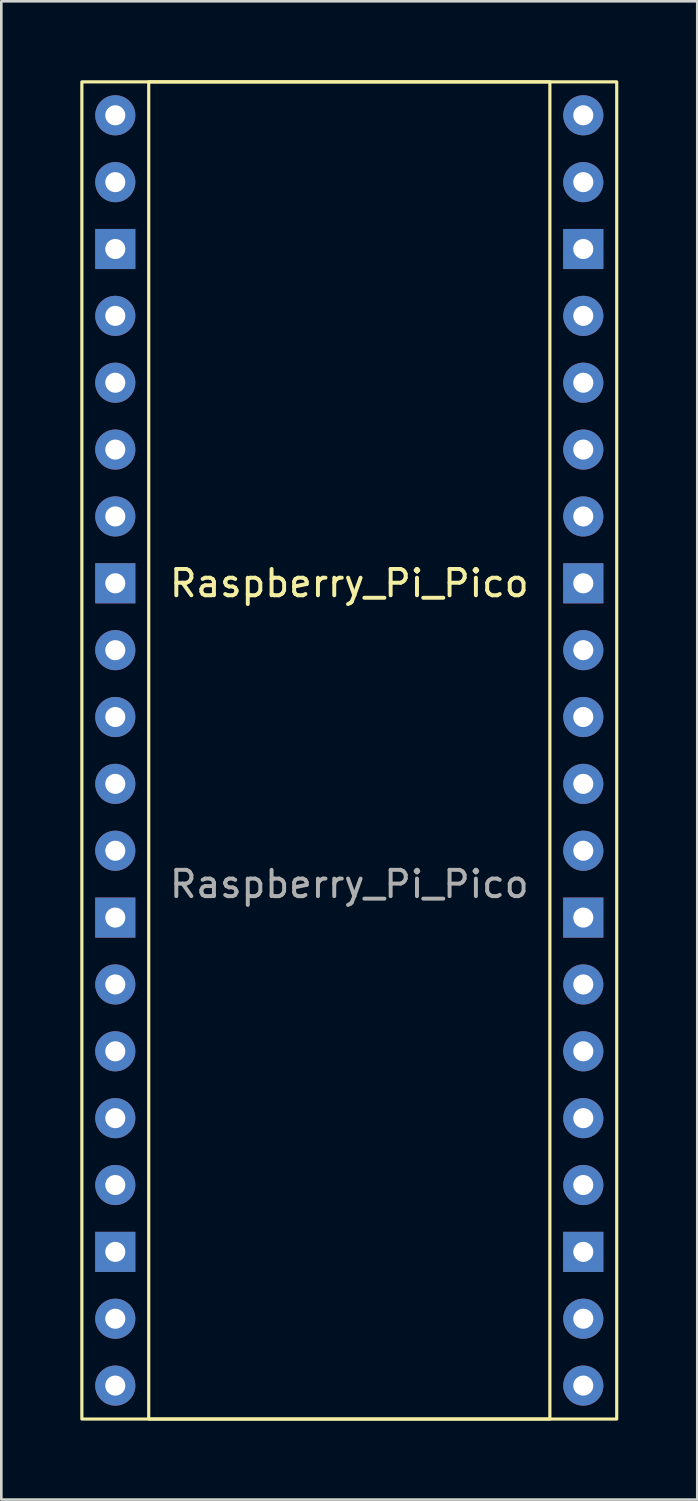
<source format=kicad_pcb>
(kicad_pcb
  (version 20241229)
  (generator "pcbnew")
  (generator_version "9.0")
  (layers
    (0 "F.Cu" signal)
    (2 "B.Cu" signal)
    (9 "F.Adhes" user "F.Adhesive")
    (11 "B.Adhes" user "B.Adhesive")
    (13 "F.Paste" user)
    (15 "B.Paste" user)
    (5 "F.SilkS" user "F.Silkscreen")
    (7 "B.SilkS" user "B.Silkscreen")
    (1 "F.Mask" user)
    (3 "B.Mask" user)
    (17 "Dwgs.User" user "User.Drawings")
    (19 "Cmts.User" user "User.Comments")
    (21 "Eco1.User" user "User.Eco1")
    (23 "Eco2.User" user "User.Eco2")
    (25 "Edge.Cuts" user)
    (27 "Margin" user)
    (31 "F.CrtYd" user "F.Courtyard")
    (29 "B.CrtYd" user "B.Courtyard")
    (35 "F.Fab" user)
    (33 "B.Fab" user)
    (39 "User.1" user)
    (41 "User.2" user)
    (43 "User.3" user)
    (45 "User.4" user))
  (footprint "Raspberry_Pi_Pico"
    (layer "F.Cu")
    (at 10.22 24.19)
    (property "Reference" "Raspberry_Pi_Pico" (at 0 -5.08 0) (unlocked yes) (layer "F.SilkS") (effects (font (size 1 1) (thickness 0.15))))
    (attr through_hole)
    (fp_rect (start -10.16 -24.13) (end 10.16 26.67) (stroke (width 0.12) (type solid)) (fill no) (layer "F.SilkS"))
    (fp_rect (start 7.62 -24.13) (end -7.62 26.67) (stroke (width 0.12) (type solid)) (fill no) (layer "F.SilkS"))
    (fp_text user "${REFERENCE}" (at 0 6.35 0) (unlocked yes) (layer "F.Fab") (effects (font (size 1 1) (thickness 0.15))))
    (pad "1" thru_hole circle (at -8.89 -22.86) (size 1.524 1.524) (drill 0.762) (layers "*.Cu" "*.Mask"))
    (pad "2" thru_hole circle (at -8.89 -20.32) (size 1.524 1.524) (drill 0.762) (layers "*.Cu" "*.Mask"))
    (pad "3" thru_hole rect (at -8.89 -17.78) (size 1.524 1.524) (drill 0.762) (layers "*.Cu" "*.Mask"))
    (pad "4" thru_hole circle (at -8.89 -15.24) (size 1.524 1.524) (drill 0.762) (layers "*.Cu" "*.Mask"))
    (pad "5" thru_hole circle (at -8.89 -12.7) (size 1.524 1.524) (drill 0.762) (layers "*.Cu" "*.Mask"))
    (pad "6" thru_hole circle (at -8.89 -7.62) (size 1.524 1.524) (drill 0.762) (layers "*.Cu" "*.Mask"))
    (pad "7" thru_hole circle (at -8.89 -10.16) (size 1.524 1.524) (drill 0.762) (layers "*.Cu" "*.Mask"))
    (pad "8" thru_hole rect (at -8.89 -5.08) (size 1.524 1.524) (drill 0.762) (layers "*.Cu" "*.Mask"))
    (pad "9" thru_hole circle (at -8.89 -2.54) (size 1.524 1.524) (drill 0.762) (layers "*.Cu" "*.Mask"))
    (pad "10" thru_hole circle (at -8.89 0) (size 1.524 1.524) (drill 0.762) (layers "*.Cu" "*.Mask"))
    (pad "11" thru_hole circle (at -8.89 2.54) (size 1.524 1.524) (drill 0.762) (layers "*.Cu" "*.Mask"))
    (pad "12" thru_hole circle (at -8.89 5.08) (size 1.524 1.524) (drill 0.762) (layers "*.Cu" "*.Mask"))
    (pad "13" thru_hole rect (at -8.89 7.62) (size 1.524 1.524) (drill 0.762) (layers "*.Cu" "*.Mask"))
    (pad "14" thru_hole circle (at -8.89 10.16) (size 1.524 1.524) (drill 0.762) (layers "*.Cu" "*.Mask"))
    (pad "15" thru_hole circle (at -8.89 12.7) (size 1.524 1.524) (drill 0.762) (layers "*.Cu" "*.Mask"))
    (pad "16" thru_hole circle (at -8.89 15.24) (size 1.524 1.524) (drill 0.762) (layers "*.Cu" "*.Mask"))
    (pad "17" thru_hole circle (at -8.89 17.78) (size 1.524 1.524) (drill 0.762) (layers "*.Cu" "*.Mask"))
    (pad "18" thru_hole rect (at -8.89 20.32) (size 1.524 1.524) (drill 0.762) (layers "*.Cu" "*.Mask"))
    (pad "19" thru_hole circle (at -8.89 22.86) (size 1.524 1.524) (drill 0.762) (layers "*.Cu" "*.Mask"))
    (pad "20" thru_hole circle (at -8.89 25.4) (size 1.524 1.524) (drill 0.762) (layers "*.Cu" "*.Mask"))
    (pad "21" thru_hole circle (at 8.89 25.4) (size 1.524 1.524) (drill 0.762) (layers "*.Cu" "*.Mask"))
    (pad "22" thru_hole circle (at 8.89 22.86) (size 1.524 1.524) (drill 0.762) (layers "*.Cu" "*.Mask"))
    (pad "23" thru_hole rect (at 8.89 20.32) (size 1.524 1.524) (drill 0.762) (layers "*.Cu" "*.Mask"))
    (pad "24" thru_hole circle (at 8.89 17.78) (size 1.524 1.524) (drill 0.762) (layers "*.Cu" "*.Mask"))
    (pad "25" thru_hole circle (at 8.89 15.24) (size 1.524 1.524) (drill 0.762) (layers "*.Cu" "*.Mask"))
    (pad "26" thru_hole circle (at 8.89 12.7) (size 1.524 1.524) (drill 0.762) (layers "*.Cu" "*.Mask"))
    (pad "27" thru_hole circle (at 8.89 10.16) (size 1.524 1.524) (drill 0.762) (layers "*.Cu" "*.Mask"))
    (pad "28" thru_hole rect (at 8.89 7.62) (size 1.524 1.524) (drill 0.762) (layers "*.Cu" "*.Mask"))
    (pad "29" thru_hole circle (at 8.89 5.08) (size 1.524 1.524) (drill 0.762) (layers "*.Cu" "*.Mask"))
    (pad "30" thru_hole circle (at 8.89 2.54) (size 1.524 1.524) (drill 0.762) (layers "*.Cu" "*.Mask"))
    (pad "31" thru_hole circle (at 8.89 0) (size 1.524 1.524) (drill 0.762) (layers "*.Cu" "*.Mask"))
    (pad "32" thru_hole circle (at 8.89 -2.54) (size 1.524 1.524) (drill 0.762) (layers "*.Cu" "*.Mask"))
    (pad "33" thru_hole rect (at 8.89 -5.08) (size 1.524 1.524) (drill 0.762) (layers "*.Cu" "*.Mask"))
    (pad "34" thru_hole circle (at 8.89 -7.62) (size 1.524 1.524) (drill 0.762) (layers "*.Cu" "*.Mask"))
    (pad "35" thru_hole circle (at 8.89 -10.16) (size 1.524 1.524) (drill 0.762) (layers "*.Cu" "*.Mask"))
    (pad "36" thru_hole circle (at 8.89 -12.7) (size 1.524 1.524) (drill 0.762) (layers "*.Cu" "*.Mask"))
    (pad "37" thru_hole circle (at 8.89 -15.24) (size 1.524 1.524) (drill 0.762) (layers "*.Cu" "*.Mask"))
    (pad "38" thru_hole rect (at 8.89 -17.78) (size 1.524 1.524) (drill 0.762) (layers "*.Cu" "*.Mask"))
    (pad "39" thru_hole circle (at 8.89 -20.32) (size 1.524 1.524) (drill 0.762) (layers "*.Cu" "*.Mask"))
    (pad "40" thru_hole circle (at 8.89 -22.86) (size 1.524 1.524) (drill 0.762) (layers "*.Cu" "*.Mask")))
  (gr_rect
    (start -3 -3)
    (end 23.44 53.92)
    (stroke (width 0.1) (type default))
    (fill no)
    (layer "Edge.Cuts")))
</source>
